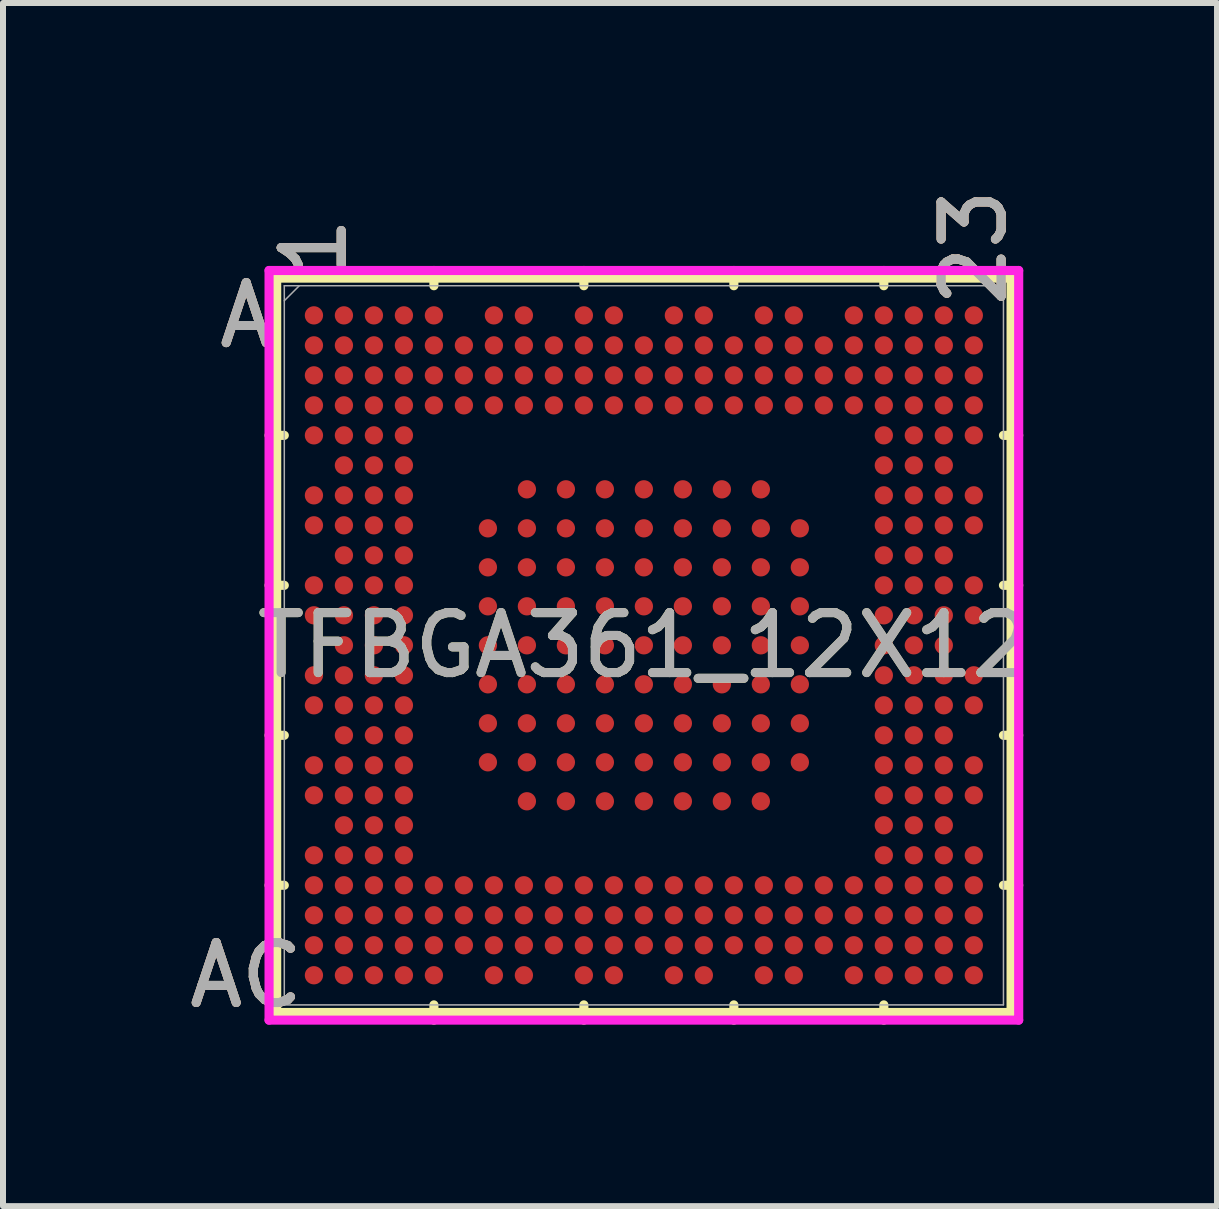
<source format=kicad_pcb>
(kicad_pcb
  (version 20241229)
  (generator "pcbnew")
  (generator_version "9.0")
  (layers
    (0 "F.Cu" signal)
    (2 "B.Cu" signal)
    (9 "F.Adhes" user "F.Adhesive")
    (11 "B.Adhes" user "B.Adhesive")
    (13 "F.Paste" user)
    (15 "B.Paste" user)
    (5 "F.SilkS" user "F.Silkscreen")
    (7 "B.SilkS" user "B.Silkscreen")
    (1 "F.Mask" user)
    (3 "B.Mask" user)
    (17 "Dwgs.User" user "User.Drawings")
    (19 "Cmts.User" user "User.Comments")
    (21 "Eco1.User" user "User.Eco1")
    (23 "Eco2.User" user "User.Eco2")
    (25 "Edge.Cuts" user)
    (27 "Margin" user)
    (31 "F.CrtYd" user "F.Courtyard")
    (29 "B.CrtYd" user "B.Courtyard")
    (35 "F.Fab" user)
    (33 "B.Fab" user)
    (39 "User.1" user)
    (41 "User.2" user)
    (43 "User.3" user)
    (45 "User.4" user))
  (footprint "TFBGA361_12X12"
    (layer "F.Cu")
    (at 7.683 7.707)
    (property "Reference" "TFBGA361_12X12" (at 0 0 0) (unlocked yes) (layer "F.SilkS") (effects (font (size 1 1) (thickness 0.15))))
    (attr smd)
    (fp_line (start -6.121 -6.121) (end -6.121 6.121) (stroke (width 0.152) (type solid)) (layer "F.SilkS"))
    (fp_line (start -6.121 6.121) (end 6.121 6.121) (stroke (width 0.152) (type solid)) (layer "F.SilkS"))
    (fp_line (start -5.994 -3.5) (end -6.248 -3.5) (stroke (width 0.152) (type solid)) (layer "F.SilkS"))
    (fp_line (start -5.994 -1) (end -6.248 -1) (stroke (width 0.152) (type solid)) (layer "F.SilkS"))
    (fp_line (start -5.994 1.5) (end -6.248 1.5) (stroke (width 0.152) (type solid)) (layer "F.SilkS"))
    (fp_line (start -5.994 4) (end -6.248 4) (stroke (width 0.152) (type solid)) (layer "F.SilkS"))
    (fp_line (start -3.5 -5.994) (end -3.5 -6.248) (stroke (width 0.152) (type solid)) (layer "F.SilkS"))
    (fp_line (start -3.5 5.994) (end -3.5 6.248) (stroke (width 0.152) (type solid)) (layer "F.SilkS"))
    (fp_line (start -1 -5.994) (end -1 -6.248) (stroke (width 0.152) (type solid)) (layer "F.SilkS"))
    (fp_line (start -1 5.994) (end -1 6.248) (stroke (width 0.152) (type solid)) (layer "F.SilkS"))
    (fp_line (start 1.5 -5.994) (end 1.5 -6.248) (stroke (width 0.152) (type solid)) (layer "F.SilkS"))
    (fp_line (start 1.5 5.994) (end 1.5 6.248) (stroke (width 0.152) (type solid)) (layer "F.SilkS"))
    (fp_line (start 4 -5.994) (end 4 -6.248) (stroke (width 0.152) (type solid)) (layer "F.SilkS"))
    (fp_line (start 4 5.994) (end 4 6.248) (stroke (width 0.152) (type solid)) (layer "F.SilkS"))
    (fp_line (start 5.994 -3.5) (end 6.248 -3.5) (stroke (width 0.152) (type solid)) (layer "F.SilkS"))
    (fp_line (start 5.994 -1) (end 6.248 -1) (stroke (width 0.152) (type solid)) (layer "F.SilkS"))
    (fp_line (start 5.994 1.5) (end 6.248 1.5) (stroke (width 0.152) (type solid)) (layer "F.SilkS"))
    (fp_line (start 5.994 4) (end 6.248 4) (stroke (width 0.152) (type solid)) (layer "F.SilkS"))
    (fp_line (start 6.121 -6.121) (end -6.121 -6.121) (stroke (width 0.152) (type solid)) (layer "F.SilkS"))
    (fp_line (start 6.121 6.121) (end 6.121 -6.121) (stroke (width 0.152) (type solid)) (layer "F.SilkS"))
    (fp_poly (pts (xy -6.194 -6.194) (xy 6.194 -6.194) (xy 6.194 6.194) (xy -6.194 6.194)) (stroke (width 0.1) (type solid)) (fill no) (layer "Eco2.User"))
    (fp_line (start -6.248 -6.248) (end 6.248 -6.248) (stroke (width 0.152) (type solid)) (layer "F.CrtYd"))
    (fp_line (start -6.248 6.248) (end -6.248 -6.248) (stroke (width 0.152) (type solid)) (layer "F.CrtYd"))
    (fp_line (start 6.248 -6.248) (end 6.248 6.248) (stroke (width 0.152) (type solid)) (layer "F.CrtYd"))
    (fp_line (start 6.248 6.248) (end -6.248 6.248) (stroke (width 0.152) (type solid)) (layer "F.CrtYd"))
    (fp_line (start -5.994 -5.994) (end -5.994 5.994) (stroke (width 0.025) (type solid)) (layer "F.Fab"))
    (fp_line (start -5.994 5.994) (end 5.994 5.994) (stroke (width 0.025) (type solid)) (layer "F.Fab"))
    (fp_line (start -5.744 -5.994) (end -5.994 -5.744) (stroke (width 0.025) (type solid)) (layer "F.Fab"))
    (fp_line (start 5.994 -5.994) (end -5.994 -5.994) (stroke (width 0.025) (type solid)) (layer "F.Fab"))
    (fp_line (start 5.994 5.994) (end 5.994 -5.994) (stroke (width 0.025) (type solid)) (layer "F.Fab"))
    (fp_text user "23" (at 5.5 -6.629 90) (unlocked yes) (layer "F.SilkS") (effects (font (size 1 1) (thickness 0.15))))
    (fp_text user "A" (at -6.629 -5.5 0) (unlocked yes) (layer "F.SilkS") (effects (font (size 1 1) (thickness 0.15))))
    (fp_text user "AC" (at -6.629 5.5 0) (unlocked yes) (layer "F.SilkS") (effects (font (size 1 1) (thickness 0.15))))
    (fp_text user "1" (at -5.5 -6.629 90) (unlocked yes) (layer "F.SilkS") (effects (font (size 1 1) (thickness 0.15))))
    (fp_text user "1" (at -5.5 -6.629 90) (unlocked yes) (layer "B.SilkS") (effects (font (size 1 1) (thickness 0.15))))
    (fp_text user "23" (at 5.5 -6.629 90) (unlocked yes) (layer "B.SilkS") (effects (font (size 1 1) (thickness 0.15))))
    (fp_text user "AC" (at -6.629 5.5 0) (unlocked yes) (layer "B.SilkS") (effects (font (size 1 1) (thickness 0.15))))
    (fp_text user "A" (at -6.629 -5.5 0) (unlocked yes) (layer "B.SilkS") (effects (font (size 1 1) (thickness 0.15))))
    (fp_text user "23" (at 5.5 -6.629 90) (unlocked yes) (layer "F.Fab") (effects (font (size 1 1) (thickness 0.15))))
    (fp_text user "1" (at -5.5 -6.629 90) (unlocked yes) (layer "F.Fab") (effects (font (size 1 1) (thickness 0.15))))
    (fp_text user "AC" (at -6.629 5.5 0) (unlocked yes) (layer "F.Fab") (effects (font (size 1 1) (thickness 0.15))))
    (fp_text user "${REFERENCE}" (at 0 0 0) (unlocked yes) (layer "F.Fab") (effects (font (size 1 1) (thickness 0.15))))
    (fp_text user "A" (at -6.629 -5.5 0) (unlocked yes) (layer "F.Fab") (effects (font (size 1 1) (thickness 0.15))))
    (pad "1A2" smd circle (at -1.95 -2.6) (size 0.305 0.305) (layers "F.Cu" "F.Mask" "F.Paste"))
    (pad "1A3" smd circle (at -1.3 -2.6) (size 0.305 0.305) (layers "F.Cu" "F.Mask" "F.Paste"))
    (pad "1A4" smd circle (at -0.65 -2.6) (size 0.305 0.305) (layers "F.Cu" "F.Mask" "F.Paste"))
    (pad "1A5" smd circle (at 0 -2.6) (size 0.305 0.305) (layers "F.Cu" "F.Mask" "F.Paste"))
    (pad "1A6" smd circle (at 0.65 -2.6) (size 0.305 0.305) (layers "F.Cu" "F.Mask" "F.Paste"))
    (pad "1A7" smd circle (at 1.3 -2.6) (size 0.305 0.305) (layers "F.Cu" "F.Mask" "F.Paste"))
    (pad "1A8" smd circle (at 1.95 -2.6) (size 0.305 0.305) (layers "F.Cu" "F.Mask" "F.Paste"))
    (pad "1B1" smd circle (at -2.6 -1.95) (size 0.305 0.305) (layers "F.Cu" "F.Mask" "F.Paste"))
    (pad "1B2" smd circle (at -1.95 -1.95) (size 0.305 0.305) (layers "F.Cu" "F.Mask" "F.Paste"))
    (pad "1B3" smd circle (at -1.3 -1.95) (size 0.305 0.305) (layers "F.Cu" "F.Mask" "F.Paste"))
    (pad "1B4" smd circle (at -0.65 -1.95) (size 0.305 0.305) (layers "F.Cu" "F.Mask" "F.Paste"))
    (pad "1B5" smd circle (at 0 -1.95) (size 0.305 0.305) (layers "F.Cu" "F.Mask" "F.Paste"))
    (pad "1B6" smd circle (at 0.65 -1.95) (size 0.305 0.305) (layers "F.Cu" "F.Mask" "F.Paste"))
    (pad "1B7" smd circle (at 1.3 -1.95) (size 0.305 0.305) (layers "F.Cu" "F.Mask" "F.Paste"))
    (pad "1B8" smd circle (at 1.95 -1.95) (size 0.305 0.305) (layers "F.Cu" "F.Mask" "F.Paste"))
    (pad "1B9" smd circle (at 2.6 -1.95) (size 0.305 0.305) (layers "F.Cu" "F.Mask" "F.Paste"))
    (pad "1C1" smd circle (at -2.6 -1.3) (size 0.305 0.305) (layers "F.Cu" "F.Mask" "F.Paste"))
    (pad "1C2" smd circle (at -1.95 -1.3) (size 0.305 0.305) (layers "F.Cu" "F.Mask" "F.Paste"))
    (pad "1C3" smd circle (at -1.3 -1.3) (size 0.305 0.305) (layers "F.Cu" "F.Mask" "F.Paste"))
    (pad "1C4" smd circle (at -0.65 -1.3) (size 0.305 0.305) (layers "F.Cu" "F.Mask" "F.Paste"))
    (pad "1C5" smd circle (at 0 -1.3) (size 0.305 0.305) (layers "F.Cu" "F.Mask" "F.Paste"))
    (pad "1C6" smd circle (at 0.65 -1.3) (size 0.305 0.305) (layers "F.Cu" "F.Mask" "F.Paste"))
    (pad "1C7" smd circle (at 1.3 -1.3) (size 0.305 0.305) (layers "F.Cu" "F.Mask" "F.Paste"))
    (pad "1C8" smd circle (at 1.95 -1.3) (size 0.305 0.305) (layers "F.Cu" "F.Mask" "F.Paste"))
    (pad "1C9" smd circle (at 2.6 -1.3) (size 0.305 0.305) (layers "F.Cu" "F.Mask" "F.Paste"))
    (pad "1D1" smd circle (at -2.6 -0.65) (size 0.305 0.305) (layers "F.Cu" "F.Mask" "F.Paste"))
    (pad "1D2" smd circle (at -1.95 -0.65) (size 0.305 0.305) (layers "F.Cu" "F.Mask" "F.Paste"))
    (pad "1D3" smd circle (at -1.3 -0.65) (size 0.305 0.305) (layers "F.Cu" "F.Mask" "F.Paste"))
    (pad "1D4" smd circle (at -0.65 -0.65) (size 0.305 0.305) (layers "F.Cu" "F.Mask" "F.Paste"))
    (pad "1D5" smd circle (at 0 -0.65) (size 0.305 0.305) (layers "F.Cu" "F.Mask" "F.Paste"))
    (pad "1D6" smd circle (at 0.65 -0.65) (size 0.305 0.305) (layers "F.Cu" "F.Mask" "F.Paste"))
    (pad "1D7" smd circle (at 1.3 -0.65) (size 0.305 0.305) (layers "F.Cu" "F.Mask" "F.Paste"))
    (pad "1D8" smd circle (at 1.95 -0.65) (size 0.305 0.305) (layers "F.Cu" "F.Mask" "F.Paste"))
    (pad "1D9" smd circle (at 2.6 -0.65) (size 0.305 0.305) (layers "F.Cu" "F.Mask" "F.Paste"))
    (pad "1E1" smd circle (at -2.6 0) (size 0.305 0.305) (layers "F.Cu" "F.Mask" "F.Paste"))
    (pad "1E2" smd circle (at -1.95 0) (size 0.305 0.305) (layers "F.Cu" "F.Mask" "F.Paste"))
    (pad "1E3" smd circle (at -1.3 0) (size 0.305 0.305) (layers "F.Cu" "F.Mask" "F.Paste"))
    (pad "1E4" smd circle (at -0.65 0) (size 0.305 0.305) (layers "F.Cu" "F.Mask" "F.Paste"))
    (pad "1E5" smd circle (at 0 0) (size 0.305 0.305) (layers "F.Cu" "F.Mask" "F.Paste"))
    (pad "1E6" smd circle (at 0.65 0) (size 0.305 0.305) (layers "F.Cu" "F.Mask" "F.Paste"))
    (pad "1E7" smd circle (at 1.3 0) (size 0.305 0.305) (layers "F.Cu" "F.Mask" "F.Paste"))
    (pad "1E8" smd circle (at 1.95 0) (size 0.305 0.305) (layers "F.Cu" "F.Mask" "F.Paste"))
    (pad "1E9" smd circle (at 2.6 0) (size 0.305 0.305) (layers "F.Cu" "F.Mask" "F.Paste"))
    (pad "1F1" smd circle (at -2.6 0.65) (size 0.305 0.305) (layers "F.Cu" "F.Mask" "F.Paste"))
    (pad "1F2" smd circle (at -1.95 0.65) (size 0.305 0.305) (layers "F.Cu" "F.Mask" "F.Paste"))
    (pad "1F3" smd circle (at -1.3 0.65) (size 0.305 0.305) (layers "F.Cu" "F.Mask" "F.Paste"))
    (pad "1F4" smd circle (at -0.65 0.65) (size 0.305 0.305) (layers "F.Cu" "F.Mask" "F.Paste"))
    (pad "1F5" smd circle (at 0 0.65) (size 0.305 0.305) (layers "F.Cu" "F.Mask" "F.Paste"))
    (pad "1F6" smd circle (at 0.65 0.65) (size 0.305 0.305) (layers "F.Cu" "F.Mask" "F.Paste"))
    (pad "1F7" smd circle (at 1.3 0.65) (size 0.305 0.305) (layers "F.Cu" "F.Mask" "F.Paste"))
    (pad "1F8" smd circle (at 1.95 0.65) (size 0.305 0.305) (layers "F.Cu" "F.Mask" "F.Paste"))
    (pad "1F9" smd circle (at 2.6 0.65) (size 0.305 0.305) (layers "F.Cu" "F.Mask" "F.Paste"))
    (pad "1G1" smd circle (at -2.6 1.3) (size 0.305 0.305) (layers "F.Cu" "F.Mask" "F.Paste"))
    (pad "1G2" smd circle (at -1.95 1.3) (size 0.305 0.305) (layers "F.Cu" "F.Mask" "F.Paste"))
    (pad "1G3" smd circle (at -1.3 1.3) (size 0.305 0.305) (layers "F.Cu" "F.Mask" "F.Paste"))
    (pad "1G4" smd circle (at -0.65 1.3) (size 0.305 0.305) (layers "F.Cu" "F.Mask" "F.Paste"))
    (pad "1G5" smd circle (at 0 1.3) (size 0.305 0.305) (layers "F.Cu" "F.Mask" "F.Paste"))
    (pad "1G6" smd circle (at 0.65 1.3) (size 0.305 0.305) (layers "F.Cu" "F.Mask" "F.Paste"))
    (pad "1G7" smd circle (at 1.3 1.3) (size 0.305 0.305) (layers "F.Cu" "F.Mask" "F.Paste"))
    (pad "1G8" smd circle (at 1.95 1.3) (size 0.305 0.305) (layers "F.Cu" "F.Mask" "F.Paste"))
    (pad "1G9" smd circle (at 2.6 1.3) (size 0.305 0.305) (layers "F.Cu" "F.Mask" "F.Paste"))
    (pad "1H1" smd circle (at -2.6 1.95) (size 0.305 0.305) (layers "F.Cu" "F.Mask" "F.Paste"))
    (pad "1H2" smd circle (at -1.95 1.95) (size 0.305 0.305) (layers "F.Cu" "F.Mask" "F.Paste"))
    (pad "1H3" smd circle (at -1.3 1.95) (size 0.305 0.305) (layers "F.Cu" "F.Mask" "F.Paste"))
    (pad "1H4" smd circle (at -0.65 1.95) (size 0.305 0.305) (layers "F.Cu" "F.Mask" "F.Paste"))
    (pad "1H5" smd circle (at 0 1.95) (size 0.305 0.305) (layers "F.Cu" "F.Mask" "F.Paste"))
    (pad "1H6" smd circle (at 0.65 1.95) (size 0.305 0.305) (layers "F.Cu" "F.Mask" "F.Paste"))
    (pad "1H7" smd circle (at 1.3 1.95) (size 0.305 0.305) (layers "F.Cu" "F.Mask" "F.Paste"))
    (pad "1H8" smd circle (at 1.95 1.95) (size 0.305 0.305) (layers "F.Cu" "F.Mask" "F.Paste"))
    (pad "1H9" smd circle (at 2.6 1.95) (size 0.305 0.305) (layers "F.Cu" "F.Mask" "F.Paste"))
    (pad "1J2" smd circle (at -1.95 2.6) (size 0.305 0.305) (layers "F.Cu" "F.Mask" "F.Paste"))
    (pad "1J3" smd circle (at -1.3 2.6) (size 0.305 0.305) (layers "F.Cu" "F.Mask" "F.Paste"))
    (pad "1J4" smd circle (at -0.65 2.6) (size 0.305 0.305) (layers "F.Cu" "F.Mask" "F.Paste"))
    (pad "1J5" smd circle (at 0 2.6) (size 0.305 0.305) (layers "F.Cu" "F.Mask" "F.Paste"))
    (pad "1J6" smd circle (at 0.65 2.6) (size 0.305 0.305) (layers "F.Cu" "F.Mask" "F.Paste"))
    (pad "1J7" smd circle (at 1.3 2.6) (size 0.305 0.305) (layers "F.Cu" "F.Mask" "F.Paste"))
    (pad "1J8" smd circle (at 1.95 2.6) (size 0.305 0.305) (layers "F.Cu" "F.Mask" "F.Paste"))
    (pad "A1" smd circle (at -5.5 -5.5) (size 0.305 0.305) (layers "F.Cu" "F.Mask" "F.Paste"))
    (pad "A2" smd circle (at -5 -5.5) (size 0.305 0.305) (layers "F.Cu" "F.Mask" "F.Paste"))
    (pad "A3" smd circle (at -4.5 -5.5) (size 0.305 0.305) (layers "F.Cu" "F.Mask" "F.Paste"))
    (pad "A4" smd circle (at -4 -5.5) (size 0.305 0.305) (layers "F.Cu" "F.Mask" "F.Paste"))
    (pad "A5" smd circle (at -3.5 -5.5) (size 0.305 0.305) (layers "F.Cu" "F.Mask" "F.Paste"))
    (pad "A7" smd circle (at -2.5 -5.5) (size 0.305 0.305) (layers "F.Cu" "F.Mask" "F.Paste"))
    (pad "A8" smd circle (at -2 -5.5) (size 0.305 0.305) (layers "F.Cu" "F.Mask" "F.Paste"))
    (pad "A10" smd circle (at -1 -5.5) (size 0.305 0.305) (layers "F.Cu" "F.Mask" "F.Paste"))
    (pad "A11" smd circle (at -0.5 -5.5) (size 0.305 0.305) (layers "F.Cu" "F.Mask" "F.Paste"))
    (pad "A13" smd circle (at 0.5 -5.5) (size 0.305 0.305) (layers "F.Cu" "F.Mask" "F.Paste"))
    (pad "A14" smd circle (at 1 -5.5) (size 0.305 0.305) (layers "F.Cu" "F.Mask" "F.Paste"))
    (pad "A16" smd circle (at 2 -5.5) (size 0.305 0.305) (layers "F.Cu" "F.Mask" "F.Paste"))
    (pad "A17" smd circle (at 2.5 -5.5) (size 0.305 0.305) (layers "F.Cu" "F.Mask" "F.Paste"))
    (pad "A19" smd circle (at 3.5 -5.5) (size 0.305 0.305) (layers "F.Cu" "F.Mask" "F.Paste"))
    (pad "A20" smd circle (at 4 -5.5) (size 0.305 0.305) (layers "F.Cu" "F.Mask" "F.Paste"))
    (pad "A21" smd circle (at 4.5 -5.5) (size 0.305 0.305) (layers "F.Cu" "F.Mask" "F.Paste"))
    (pad "A22" smd circle (at 5 -5.5) (size 0.305 0.305) (layers "F.Cu" "F.Mask" "F.Paste"))
    (pad "A23" smd circle (at 5.5 -5.5) (size 0.305 0.305) (layers "F.Cu" "F.Mask" "F.Paste"))
    (pad "AA1" smd circle (at -5.5 4.5) (size 0.305 0.305) (layers "F.Cu" "F.Mask" "F.Paste"))
    (pad "AA2" smd circle (at -5 4.5) (size 0.305 0.305) (layers "F.Cu" "F.Mask" "F.Paste"))
    (pad "AA3" smd circle (at -4.5 4.5) (size 0.305 0.305) (layers "F.Cu" "F.Mask" "F.Paste"))
    (pad "AA4" smd circle (at -4 4.5) (size 0.305 0.305) (layers "F.Cu" "F.Mask" "F.Paste"))
    (pad "AA5" smd circle (at -3.5 4.5) (size 0.305 0.305) (layers "F.Cu" "F.Mask" "F.Paste"))
    (pad "AA6" smd circle (at -3 4.5) (size 0.305 0.305) (layers "F.Cu" "F.Mask" "F.Paste"))
    (pad "AA7" smd circle (at -2.5 4.5) (size 0.305 0.305) (layers "F.Cu" "F.Mask" "F.Paste"))
    (pad "AA8" smd circle (at -2 4.5) (size 0.305 0.305) (layers "F.Cu" "F.Mask" "F.Paste"))
    (pad "AA9" smd circle (at -1.5 4.5) (size 0.305 0.305) (layers "F.Cu" "F.Mask" "F.Paste"))
    (pad "AA10" smd circle (at -1 4.5) (size 0.305 0.305) (layers "F.Cu" "F.Mask" "F.Paste"))
    (pad "AA11" smd circle (at -0.5 4.5) (size 0.305 0.305) (layers "F.Cu" "F.Mask" "F.Paste"))
    (pad "AA12" smd circle (at 0 4.5) (size 0.305 0.305) (layers "F.Cu" "F.Mask" "F.Paste"))
    (pad "AA13" smd circle (at 0.5 4.5) (size 0.305 0.305) (layers "F.Cu" "F.Mask" "F.Paste"))
    (pad "AA14" smd circle (at 1 4.5) (size 0.305 0.305) (layers "F.Cu" "F.Mask" "F.Paste"))
    (pad "AA15" smd circle (at 1.5 4.5) (size 0.305 0.305) (layers "F.Cu" "F.Mask" "F.Paste"))
    (pad "AA16" smd circle (at 2 4.5) (size 0.305 0.305) (layers "F.Cu" "F.Mask" "F.Paste"))
    (pad "AA17" smd circle (at 2.5 4.5) (size 0.305 0.305) (layers "F.Cu" "F.Mask" "F.Paste"))
    (pad "AA18" smd circle (at 3 4.5) (size 0.305 0.305) (layers "F.Cu" "F.Mask" "F.Paste"))
    (pad "AA19" smd circle (at 3.5 4.5) (size 0.305 0.305) (layers "F.Cu" "F.Mask" "F.Paste"))
    (pad "AA20" smd circle (at 4 4.5) (size 0.305 0.305) (layers "F.Cu" "F.Mask" "F.Paste"))
    (pad "AA21" smd circle (at 4.5 4.5) (size 0.305 0.305) (layers "F.Cu" "F.Mask" "F.Paste"))
    (pad "AA22" smd circle (at 5 4.5) (size 0.305 0.305) (layers "F.Cu" "F.Mask" "F.Paste"))
    (pad "AA23" smd circle (at 5.5 4.5) (size 0.305 0.305) (layers "F.Cu" "F.Mask" "F.Paste"))
    (pad "AB1" smd circle (at -5.5 5) (size 0.305 0.305) (layers "F.Cu" "F.Mask" "F.Paste"))
    (pad "AB2" smd circle (at -5 5) (size 0.305 0.305) (layers "F.Cu" "F.Mask" "F.Paste"))
    (pad "AB3" smd circle (at -4.5 5) (size 0.305 0.305) (layers "F.Cu" "F.Mask" "F.Paste"))
    (pad "AB4" smd circle (at -4 5) (size 0.305 0.305) (layers "F.Cu" "F.Mask" "F.Paste"))
    (pad "AB5" smd circle (at -3.5 5) (size 0.305 0.305) (layers "F.Cu" "F.Mask" "F.Paste"))
    (pad "AB6" smd circle (at -3 5) (size 0.305 0.305) (layers "F.Cu" "F.Mask" "F.Paste"))
    (pad "AB7" smd circle (at -2.5 5) (size 0.305 0.305) (layers "F.Cu" "F.Mask" "F.Paste"))
    (pad "AB8" smd circle (at -2 5) (size 0.305 0.305) (layers "F.Cu" "F.Mask" "F.Paste"))
    (pad "AB9" smd circle (at -1.5 5) (size 0.305 0.305) (layers "F.Cu" "F.Mask" "F.Paste"))
    (pad "AB10" smd circle (at -1 5) (size 0.305 0.305) (layers "F.Cu" "F.Mask" "F.Paste"))
    (pad "AB11" smd circle (at -0.5 5) (size 0.305 0.305) (layers "F.Cu" "F.Mask" "F.Paste"))
    (pad "AB12" smd circle (at 0 5) (size 0.305 0.305) (layers "F.Cu" "F.Mask" "F.Paste"))
    (pad "AB13" smd circle (at 0.5 5) (size 0.305 0.305) (layers "F.Cu" "F.Mask" "F.Paste"))
    (pad "AB14" smd circle (at 1 5) (size 0.305 0.305) (layers "F.Cu" "F.Mask" "F.Paste"))
    (pad "AB15" smd circle (at 1.5 5) (size 0.305 0.305) (layers "F.Cu" "F.Mask" "F.Paste"))
    (pad "AB16" smd circle (at 2 5) (size 0.305 0.305) (layers "F.Cu" "F.Mask" "F.Paste"))
    (pad "AB17" smd circle (at 2.5 5) (size 0.305 0.305) (layers "F.Cu" "F.Mask" "F.Paste"))
    (pad "AB18" smd circle (at 3 5) (size 0.305 0.305) (layers "F.Cu" "F.Mask" "F.Paste"))
    (pad "AB19" smd circle (at 3.5 5) (size 0.305 0.305) (layers "F.Cu" "F.Mask" "F.Paste"))
    (pad "AB20" smd circle (at 4 5) (size 0.305 0.305) (layers "F.Cu" "F.Mask" "F.Paste"))
    (pad "AB21" smd circle (at 4.5 5) (size 0.305 0.305) (layers "F.Cu" "F.Mask" "F.Paste"))
    (pad "AB22" smd circle (at 5 5) (size 0.305 0.305) (layers "F.Cu" "F.Mask" "F.Paste"))
    (pad "AB23" smd circle (at 5.5 5) (size 0.305 0.305) (layers "F.Cu" "F.Mask" "F.Paste"))
    (pad "AC1" smd circle (at -5.5 5.5) (size 0.305 0.305) (layers "F.Cu" "F.Mask" "F.Paste"))
    (pad "AC2" smd circle (at -5 5.5) (size 0.305 0.305) (layers "F.Cu" "F.Mask" "F.Paste"))
    (pad "AC3" smd circle (at -4.5 5.5) (size 0.305 0.305) (layers "F.Cu" "F.Mask" "F.Paste"))
    (pad "AC4" smd circle (at -4 5.5) (size 0.305 0.305) (layers "F.Cu" "F.Mask" "F.Paste"))
    (pad "AC5" smd circle (at -3.5 5.5) (size 0.305 0.305) (layers "F.Cu" "F.Mask" "F.Paste"))
    (pad "AC7" smd circle (at -2.5 5.5) (size 0.305 0.305) (layers "F.Cu" "F.Mask" "F.Paste"))
    (pad "AC8" smd circle (at -2 5.5) (size 0.305 0.305) (layers "F.Cu" "F.Mask" "F.Paste"))
    (pad "AC10" smd circle (at -1 5.5) (size 0.305 0.305) (layers "F.Cu" "F.Mask" "F.Paste"))
    (pad "AC11" smd circle (at -0.5 5.5) (size 0.305 0.305) (layers "F.Cu" "F.Mask" "F.Paste"))
    (pad "AC13" smd circle (at 0.5 5.5) (size 0.305 0.305) (layers "F.Cu" "F.Mask" "F.Paste"))
    (pad "AC14" smd circle (at 1 5.5) (size 0.305 0.305) (layers "F.Cu" "F.Mask" "F.Paste"))
    (pad "AC16" smd circle (at 2 5.5) (size 0.305 0.305) (layers "F.Cu" "F.Mask" "F.Paste"))
    (pad "AC17" smd circle (at 2.5 5.5) (size 0.305 0.305) (layers "F.Cu" "F.Mask" "F.Paste"))
    (pad "AC19" smd circle (at 3.5 5.5) (size 0.305 0.305) (layers "F.Cu" "F.Mask" "F.Paste"))
    (pad "AC20" smd circle (at 4 5.5) (size 0.305 0.305) (layers "F.Cu" "F.Mask" "F.Paste"))
    (pad "AC21" smd circle (at 4.5 5.5) (size 0.305 0.305) (layers "F.Cu" "F.Mask" "F.Paste"))
    (pad "AC22" smd circle (at 5 5.5) (size 0.305 0.305) (layers "F.Cu" "F.Mask" "F.Paste"))
    (pad "AC23" smd circle (at 5.5 5.5) (size 0.305 0.305) (layers "F.Cu" "F.Mask" "F.Paste"))
    (pad "B1" smd circle (at -5.5 -5) (size 0.305 0.305) (layers "F.Cu" "F.Mask" "F.Paste"))
    (pad "B2" smd circle (at -5 -5) (size 0.305 0.305) (layers "F.Cu" "F.Mask" "F.Paste"))
    (pad "B3" smd circle (at -4.5 -5) (size 0.305 0.305) (layers "F.Cu" "F.Mask" "F.Paste"))
    (pad "B4" smd circle (at -4 -5) (size 0.305 0.305) (layers "F.Cu" "F.Mask" "F.Paste"))
    (pad "B5" smd circle (at -3.5 -5) (size 0.305 0.305) (layers "F.Cu" "F.Mask" "F.Paste"))
    (pad "B6" smd circle (at -3 -5) (size 0.305 0.305) (layers "F.Cu" "F.Mask" "F.Paste"))
    (pad "B7" smd circle (at -2.5 -5) (size 0.305 0.305) (layers "F.Cu" "F.Mask" "F.Paste"))
    (pad "B8" smd circle (at -2 -5) (size 0.305 0.305) (layers "F.Cu" "F.Mask" "F.Paste"))
    (pad "B9" smd circle (at -1.5 -5) (size 0.305 0.305) (layers "F.Cu" "F.Mask" "F.Paste"))
    (pad "B10" smd circle (at -1 -5) (size 0.305 0.305) (layers "F.Cu" "F.Mask" "F.Paste"))
    (pad "B11" smd circle (at -0.5 -5) (size 0.305 0.305) (layers "F.Cu" "F.Mask" "F.Paste"))
    (pad "B12" smd circle (at 0 -5) (size 0.305 0.305) (layers "F.Cu" "F.Mask" "F.Paste"))
    (pad "B13" smd circle (at 0.5 -5) (size 0.305 0.305) (layers "F.Cu" "F.Mask" "F.Paste"))
    (pad "B14" smd circle (at 1 -5) (size 0.305 0.305) (layers "F.Cu" "F.Mask" "F.Paste"))
    (pad "B15" smd circle (at 1.5 -5) (size 0.305 0.305) (layers "F.Cu" "F.Mask" "F.Paste"))
    (pad "B16" smd circle (at 2 -5) (size 0.305 0.305) (layers "F.Cu" "F.Mask" "F.Paste"))
    (pad "B17" smd circle (at 2.5 -5) (size 0.305 0.305) (layers "F.Cu" "F.Mask" "F.Paste"))
    (pad "B18" smd circle (at 3 -5) (size 0.305 0.305) (layers "F.Cu" "F.Mask" "F.Paste"))
    (pad "B19" smd circle (at 3.5 -5) (size 0.305 0.305) (layers "F.Cu" "F.Mask" "F.Paste"))
    (pad "B20" smd circle (at 4 -5) (size 0.305 0.305) (layers "F.Cu" "F.Mask" "F.Paste"))
    (pad "B21" smd circle (at 4.5 -5) (size 0.305 0.305) (layers "F.Cu" "F.Mask" "F.Paste"))
    (pad "B22" smd circle (at 5 -5) (size 0.305 0.305) (layers "F.Cu" "F.Mask" "F.Paste"))
    (pad "B23" smd circle (at 5.5 -5) (size 0.305 0.305) (layers "F.Cu" "F.Mask" "F.Paste"))
    (pad "C1" smd circle (at -5.5 -4.5) (size 0.305 0.305) (layers "F.Cu" "F.Mask" "F.Paste"))
    (pad "C2" smd circle (at -5 -4.5) (size 0.305 0.305) (layers "F.Cu" "F.Mask" "F.Paste"))
    (pad "C3" smd circle (at -4.5 -4.5) (size 0.305 0.305) (layers "F.Cu" "F.Mask" "F.Paste"))
    (pad "C4" smd circle (at -4 -4.5) (size 0.305 0.305) (layers "F.Cu" "F.Mask" "F.Paste"))
    (pad "C5" smd circle (at -3.5 -4.5) (size 0.305 0.305) (layers "F.Cu" "F.Mask" "F.Paste"))
    (pad "C6" smd circle (at -3 -4.5) (size 0.305 0.305) (layers "F.Cu" "F.Mask" "F.Paste"))
    (pad "C7" smd circle (at -2.5 -4.5) (size 0.305 0.305) (layers "F.Cu" "F.Mask" "F.Paste"))
    (pad "C8" smd circle (at -2 -4.5) (size 0.305 0.305) (layers "F.Cu" "F.Mask" "F.Paste"))
    (pad "C9" smd circle (at -1.5 -4.5) (size 0.305 0.305) (layers "F.Cu" "F.Mask" "F.Paste"))
    (pad "C10" smd circle (at -1 -4.5) (size 0.305 0.305) (layers "F.Cu" "F.Mask" "F.Paste"))
    (pad "C11" smd circle (at -0.5 -4.5) (size 0.305 0.305) (layers "F.Cu" "F.Mask" "F.Paste"))
    (pad "C12" smd circle (at 0 -4.5) (size 0.305 0.305) (layers "F.Cu" "F.Mask" "F.Paste"))
    (pad "C13" smd circle (at 0.5 -4.5) (size 0.305 0.305) (layers "F.Cu" "F.Mask" "F.Paste"))
    (pad "C14" smd circle (at 1 -4.5) (size 0.305 0.305) (layers "F.Cu" "F.Mask" "F.Paste"))
    (pad "C15" smd circle (at 1.5 -4.5) (size 0.305 0.305) (layers "F.Cu" "F.Mask" "F.Paste"))
    (pad "C16" smd circle (at 2 -4.5) (size 0.305 0.305) (layers "F.Cu" "F.Mask" "F.Paste"))
    (pad "C17" smd circle (at 2.5 -4.5) (size 0.305 0.305) (layers "F.Cu" "F.Mask" "F.Paste"))
    (pad "C18" smd circle (at 3 -4.5) (size 0.305 0.305) (layers "F.Cu" "F.Mask" "F.Paste"))
    (pad "C19" smd circle (at 3.5 -4.5) (size 0.305 0.305) (layers "F.Cu" "F.Mask" "F.Paste"))
    (pad "C20" smd circle (at 4 -4.5) (size 0.305 0.305) (layers "F.Cu" "F.Mask" "F.Paste"))
    (pad "C21" smd circle (at 4.5 -4.5) (size 0.305 0.305) (layers "F.Cu" "F.Mask" "F.Paste"))
    (pad "C22" smd circle (at 5 -4.5) (size 0.305 0.305) (layers "F.Cu" "F.Mask" "F.Paste"))
    (pad "C23" smd circle (at 5.5 -4.5) (size 0.305 0.305) (layers "F.Cu" "F.Mask" "F.Paste"))
    (pad "D1" smd circle (at -5.5 -4) (size 0.305 0.305) (layers "F.Cu" "F.Mask" "F.Paste"))
    (pad "D2" smd circle (at -5 -4) (size 0.305 0.305) (layers "F.Cu" "F.Mask" "F.Paste"))
    (pad "D3" smd circle (at -4.5 -4) (size 0.305 0.305) (layers "F.Cu" "F.Mask" "F.Paste"))
    (pad "D4" smd circle (at -4 -4) (size 0.305 0.305) (layers "F.Cu" "F.Mask" "F.Paste"))
    (pad "D5" smd circle (at -3.5 -4) (size 0.305 0.305) (layers "F.Cu" "F.Mask" "F.Paste"))
    (pad "D6" smd circle (at -3 -4) (size 0.305 0.305) (layers "F.Cu" "F.Mask" "F.Paste"))
    (pad "D7" smd circle (at -2.5 -4) (size 0.305 0.305) (layers "F.Cu" "F.Mask" "F.Paste"))
    (pad "D8" smd circle (at -2 -4) (size 0.305 0.305) (layers "F.Cu" "F.Mask" "F.Paste"))
    (pad "D9" smd circle (at -1.5 -4) (size 0.305 0.305) (layers "F.Cu" "F.Mask" "F.Paste"))
    (pad "D10" smd circle (at -1 -4) (size 0.305 0.305) (layers "F.Cu" "F.Mask" "F.Paste"))
    (pad "D11" smd circle (at -0.5 -4) (size 0.305 0.305) (layers "F.Cu" "F.Mask" "F.Paste"))
    (pad "D12" smd circle (at 0 -4) (size 0.305 0.305) (layers "F.Cu" "F.Mask" "F.Paste"))
    (pad "D13" smd circle (at 0.5 -4) (size 0.305 0.305) (layers "F.Cu" "F.Mask" "F.Paste"))
    (pad "D14" smd circle (at 1 -4) (size 0.305 0.305) (layers "F.Cu" "F.Mask" "F.Paste"))
    (pad "D15" smd circle (at 1.5 -4) (size 0.305 0.305) (layers "F.Cu" "F.Mask" "F.Paste"))
    (pad "D16" smd circle (at 2 -4) (size 0.305 0.305) (layers "F.Cu" "F.Mask" "F.Paste"))
    (pad "D17" smd circle (at 2.5 -4) (size 0.305 0.305) (layers "F.Cu" "F.Mask" "F.Paste"))
    (pad "D18" smd circle (at 3 -4) (size 0.305 0.305) (layers "F.Cu" "F.Mask" "F.Paste"))
    (pad "D19" smd circle (at 3.5 -4) (size 0.305 0.305) (layers "F.Cu" "F.Mask" "F.Paste"))
    (pad "D20" smd circle (at 4 -4) (size 0.305 0.305) (layers "F.Cu" "F.Mask" "F.Paste"))
    (pad "D21" smd circle (at 4.5 -4) (size 0.305 0.305) (layers "F.Cu" "F.Mask" "F.Paste"))
    (pad "D22" smd circle (at 5 -4) (size 0.305 0.305) (layers "F.Cu" "F.Mask" "F.Paste"))
    (pad "D23" smd circle (at 5.5 -4) (size 0.305 0.305) (layers "F.Cu" "F.Mask" "F.Paste"))
    (pad "E1" smd circle (at -5.5 -3.5) (size 0.305 0.305) (layers "F.Cu" "F.Mask" "F.Paste"))
    (pad "E2" smd circle (at -5 -3.5) (size 0.305 0.305) (layers "F.Cu" "F.Mask" "F.Paste"))
    (pad "E3" smd circle (at -4.5 -3.5) (size 0.305 0.305) (layers "F.Cu" "F.Mask" "F.Paste"))
    (pad "E4" smd circle (at -4 -3.5) (size 0.305 0.305) (layers "F.Cu" "F.Mask" "F.Paste"))
    (pad "E20" smd circle (at 4 -3.5) (size 0.305 0.305) (layers "F.Cu" "F.Mask" "F.Paste"))
    (pad "E21" smd circle (at 4.5 -3.5) (size 0.305 0.305) (layers "F.Cu" "F.Mask" "F.Paste"))
    (pad "E22" smd circle (at 5 -3.5) (size 0.305 0.305) (layers "F.Cu" "F.Mask" "F.Paste"))
    (pad "E23" smd circle (at 5.5 -3.5) (size 0.305 0.305) (layers "F.Cu" "F.Mask" "F.Paste"))
    (pad "F2" smd circle (at -5 -3) (size 0.305 0.305) (layers "F.Cu" "F.Mask" "F.Paste"))
    (pad "F3" smd circle (at -4.5 -3) (size 0.305 0.305) (layers "F.Cu" "F.Mask" "F.Paste"))
    (pad "F4" smd circle (at -4 -3) (size 0.305 0.305) (layers "F.Cu" "F.Mask" "F.Paste"))
    (pad "F20" smd circle (at 4 -3) (size 0.305 0.305) (layers "F.Cu" "F.Mask" "F.Paste"))
    (pad "F21" smd circle (at 4.5 -3) (size 0.305 0.305) (layers "F.Cu" "F.Mask" "F.Paste"))
    (pad "F22" smd circle (at 5 -3) (size 0.305 0.305) (layers "F.Cu" "F.Mask" "F.Paste"))
    (pad "G1" smd circle (at -5.5 -2.5) (size 0.305 0.305) (layers "F.Cu" "F.Mask" "F.Paste"))
    (pad "G2" smd circle (at -5 -2.5) (size 0.305 0.305) (layers "F.Cu" "F.Mask" "F.Paste"))
    (pad "G3" smd circle (at -4.5 -2.5) (size 0.305 0.305) (layers "F.Cu" "F.Mask" "F.Paste"))
    (pad "G4" smd circle (at -4 -2.5) (size 0.305 0.305) (layers "F.Cu" "F.Mask" "F.Paste"))
    (pad "G20" smd circle (at 4 -2.5) (size 0.305 0.305) (layers "F.Cu" "F.Mask" "F.Paste"))
    (pad "G21" smd circle (at 4.5 -2.5) (size 0.305 0.305) (layers "F.Cu" "F.Mask" "F.Paste"))
    (pad "G22" smd circle (at 5 -2.5) (size 0.305 0.305) (layers "F.Cu" "F.Mask" "F.Paste"))
    (pad "G23" smd circle (at 5.5 -2.5) (size 0.305 0.305) (layers "F.Cu" "F.Mask" "F.Paste"))
    (pad "H1" smd circle (at -5.5 -2) (size 0.305 0.305) (layers "F.Cu" "F.Mask" "F.Paste"))
    (pad "H2" smd circle (at -5 -2) (size 0.305 0.305) (layers "F.Cu" "F.Mask" "F.Paste"))
    (pad "H3" smd circle (at -4.5 -2) (size 0.305 0.305) (layers "F.Cu" "F.Mask" "F.Paste"))
    (pad "H4" smd circle (at -4 -2) (size 0.305 0.305) (layers "F.Cu" "F.Mask" "F.Paste"))
    (pad "H20" smd circle (at 4 -2) (size 0.305 0.305) (layers "F.Cu" "F.Mask" "F.Paste"))
    (pad "H21" smd circle (at 4.5 -2) (size 0.305 0.305) (layers "F.Cu" "F.Mask" "F.Paste"))
    (pad "H22" smd circle (at 5 -2) (size 0.305 0.305) (layers "F.Cu" "F.Mask" "F.Paste"))
    (pad "H23" smd circle (at 5.5 -2) (size 0.305 0.305) (layers "F.Cu" "F.Mask" "F.Paste"))
    (pad "J2" smd circle (at -5 -1.5) (size 0.305 0.305) (layers "F.Cu" "F.Mask" "F.Paste"))
    (pad "J3" smd circle (at -4.5 -1.5) (size 0.305 0.305) (layers "F.Cu" "F.Mask" "F.Paste"))
    (pad "J4" smd circle (at -4 -1.5) (size 0.305 0.305) (layers "F.Cu" "F.Mask" "F.Paste"))
    (pad "J20" smd circle (at 4 -1.5) (size 0.305 0.305) (layers "F.Cu" "F.Mask" "F.Paste"))
    (pad "J21" smd circle (at 4.5 -1.5) (size 0.305 0.305) (layers "F.Cu" "F.Mask" "F.Paste"))
    (pad "J22" smd circle (at 5 -1.5) (size 0.305 0.305) (layers "F.Cu" "F.Mask" "F.Paste"))
    (pad "K1" smd circle (at -5.5 -1) (size 0.305 0.305) (layers "F.Cu" "F.Mask" "F.Paste"))
    (pad "K2" smd circle (at -5 -1) (size 0.305 0.305) (layers "F.Cu" "F.Mask" "F.Paste"))
    (pad "K3" smd circle (at -4.5 -1) (size 0.305 0.305) (layers "F.Cu" "F.Mask" "F.Paste"))
    (pad "K4" smd circle (at -4 -1) (size 0.305 0.305) (layers "F.Cu" "F.Mask" "F.Paste"))
    (pad "K20" smd circle (at 4 -1) (size 0.305 0.305) (layers "F.Cu" "F.Mask" "F.Paste"))
    (pad "K21" smd circle (at 4.5 -1) (size 0.305 0.305) (layers "F.Cu" "F.Mask" "F.Paste"))
    (pad "K22" smd circle (at 5 -1) (size 0.305 0.305) (layers "F.Cu" "F.Mask" "F.Paste"))
    (pad "K23" smd circle (at 5.5 -1) (size 0.305 0.305) (layers "F.Cu" "F.Mask" "F.Paste"))
    (pad "L1" smd circle (at -5.5 -0.5) (size 0.305 0.305) (layers "F.Cu" "F.Mask" "F.Paste"))
    (pad "L2" smd circle (at -5 -0.5) (size 0.305 0.305) (layers "F.Cu" "F.Mask" "F.Paste"))
    (pad "L3" smd circle (at -4.5 -0.5) (size 0.305 0.305) (layers "F.Cu" "F.Mask" "F.Paste"))
    (pad "L4" smd circle (at -4 -0.5) (size 0.305 0.305) (layers "F.Cu" "F.Mask" "F.Paste"))
    (pad "L20" smd circle (at 4 -0.5) (size 0.305 0.305) (layers "F.Cu" "F.Mask" "F.Paste"))
    (pad "L21" smd circle (at 4.5 -0.5) (size 0.305 0.305) (layers "F.Cu" "F.Mask" "F.Paste"))
    (pad "L22" smd circle (at 5 -0.5) (size 0.305 0.305) (layers "F.Cu" "F.Mask" "F.Paste"))
    (pad "L23" smd circle (at 5.5 -0.5) (size 0.305 0.305) (layers "F.Cu" "F.Mask" "F.Paste"))
    (pad "M2" smd circle (at -5 0) (size 0.305 0.305) (layers "F.Cu" "F.Mask" "F.Paste"))
    (pad "M3" smd circle (at -4.5 0) (size 0.305 0.305) (layers "F.Cu" "F.Mask" "F.Paste"))
    (pad "M4" smd circle (at -4 0) (size 0.305 0.305) (layers "F.Cu" "F.Mask" "F.Paste"))
    (pad "M20" smd circle (at 4 0) (size 0.305 0.305) (layers "F.Cu" "F.Mask" "F.Paste"))
    (pad "M21" smd circle (at 4.5 0) (size 0.305 0.305) (layers "F.Cu" "F.Mask" "F.Paste"))
    (pad "M22" smd circle (at 5 0) (size 0.305 0.305) (layers "F.Cu" "F.Mask" "F.Paste"))
    (pad "N1" smd circle (at -5.5 0.5) (size 0.305 0.305) (layers "F.Cu" "F.Mask" "F.Paste"))
    (pad "N2" smd circle (at -5 0.5) (size 0.305 0.305) (layers "F.Cu" "F.Mask" "F.Paste"))
    (pad "N3" smd circle (at -4.5 0.5) (size 0.305 0.305) (layers "F.Cu" "F.Mask" "F.Paste"))
    (pad "N4" smd circle (at -4 0.5) (size 0.305 0.305) (layers "F.Cu" "F.Mask" "F.Paste"))
    (pad "N20" smd circle (at 4 0.5) (size 0.305 0.305) (layers "F.Cu" "F.Mask" "F.Paste"))
    (pad "N21" smd circle (at 4.5 0.5) (size 0.305 0.305) (layers "F.Cu" "F.Mask" "F.Paste"))
    (pad "N22" smd circle (at 5 0.5) (size 0.305 0.305) (layers "F.Cu" "F.Mask" "F.Paste"))
    (pad "N23" smd circle (at 5.5 0.5) (size 0.305 0.305) (layers "F.Cu" "F.Mask" "F.Paste"))
    (pad "P1" smd circle (at -5.5 1) (size 0.305 0.305) (layers "F.Cu" "F.Mask" "F.Paste"))
    (pad "P2" smd circle (at -5 1) (size 0.305 0.305) (layers "F.Cu" "F.Mask" "F.Paste"))
    (pad "P3" smd circle (at -4.5 1) (size 0.305 0.305) (layers "F.Cu" "F.Mask" "F.Paste"))
    (pad "P4" smd circle (at -4 1) (size 0.305 0.305) (layers "F.Cu" "F.Mask" "F.Paste"))
    (pad "P20" smd circle (at 4 1) (size 0.305 0.305) (layers "F.Cu" "F.Mask" "F.Paste"))
    (pad "P21" smd circle (at 4.5 1) (size 0.305 0.305) (layers "F.Cu" "F.Mask" "F.Paste"))
    (pad "P22" smd circle (at 5 1) (size 0.305 0.305) (layers "F.Cu" "F.Mask" "F.Paste"))
    (pad "P23" smd circle (at 5.5 1) (size 0.305 0.305) (layers "F.Cu" "F.Mask" "F.Paste"))
    (pad "R2" smd circle (at -5 1.5) (size 0.305 0.305) (layers "F.Cu" "F.Mask" "F.Paste"))
    (pad "R3" smd circle (at -4.5 1.5) (size 0.305 0.305) (layers "F.Cu" "F.Mask" "F.Paste"))
    (pad "R4" smd circle (at -4 1.5) (size 0.305 0.305) (layers "F.Cu" "F.Mask" "F.Paste"))
    (pad "R20" smd circle (at 4 1.5) (size 0.305 0.305) (layers "F.Cu" "F.Mask" "F.Paste"))
    (pad "R21" smd circle (at 4.5 1.5) (size 0.305 0.305) (layers "F.Cu" "F.Mask" "F.Paste"))
    (pad "R22" smd circle (at 5 1.5) (size 0.305 0.305) (layers "F.Cu" "F.Mask" "F.Paste"))
    (pad "T1" smd circle (at -5.5 2) (size 0.305 0.305) (layers "F.Cu" "F.Mask" "F.Paste"))
    (pad "T2" smd circle (at -5 2) (size 0.305 0.305) (layers "F.Cu" "F.Mask" "F.Paste"))
    (pad "T3" smd circle (at -4.5 2) (size 0.305 0.305) (layers "F.Cu" "F.Mask" "F.Paste"))
    (pad "T4" smd circle (at -4 2) (size 0.305 0.305) (layers "F.Cu" "F.Mask" "F.Paste"))
    (pad "T20" smd circle (at 4 2) (size 0.305 0.305) (layers "F.Cu" "F.Mask" "F.Paste"))
    (pad "T21" smd circle (at 4.5 2) (size 0.305 0.305) (layers "F.Cu" "F.Mask" "F.Paste"))
    (pad "T22" smd circle (at 5 2) (size 0.305 0.305) (layers "F.Cu" "F.Mask" "F.Paste"))
    (pad "T23" smd circle (at 5.5 2) (size 0.305 0.305) (layers "F.Cu" "F.Mask" "F.Paste"))
    (pad "U1" smd circle (at -5.5 2.5) (size 0.305 0.305) (layers "F.Cu" "F.Mask" "F.Paste"))
    (pad "U2" smd circle (at -5 2.5) (size 0.305 0.305) (layers "F.Cu" "F.Mask" "F.Paste"))
    (pad "U3" smd circle (at -4.5 2.5) (size 0.305 0.305) (layers "F.Cu" "F.Mask" "F.Paste"))
    (pad "U4" smd circle (at -4 2.5) (size 0.305 0.305) (layers "F.Cu" "F.Mask" "F.Paste"))
    (pad "U20" smd circle (at 4 2.5) (size 0.305 0.305) (layers "F.Cu" "F.Mask" "F.Paste"))
    (pad "U21" smd circle (at 4.5 2.5) (size 0.305 0.305) (layers "F.Cu" "F.Mask" "F.Paste"))
    (pad "U22" smd circle (at 5 2.5) (size 0.305 0.305) (layers "F.Cu" "F.Mask" "F.Paste"))
    (pad "U23" smd circle (at 5.5 2.5) (size 0.305 0.305) (layers "F.Cu" "F.Mask" "F.Paste"))
    (pad "V2" smd circle (at -5 3) (size 0.305 0.305) (layers "F.Cu" "F.Mask" "F.Paste"))
    (pad "V3" smd circle (at -4.5 3) (size 0.305 0.305) (layers "F.Cu" "F.Mask" "F.Paste"))
    (pad "V4" smd circle (at -4 3) (size 0.305 0.305) (layers "F.Cu" "F.Mask" "F.Paste"))
    (pad "V20" smd circle (at 4 3) (size 0.305 0.305) (layers "F.Cu" "F.Mask" "F.Paste"))
    (pad "V21" smd circle (at 4.5 3) (size 0.305 0.305) (layers "F.Cu" "F.Mask" "F.Paste"))
    (pad "V22" smd circle (at 5 3) (size 0.305 0.305) (layers "F.Cu" "F.Mask" "F.Paste"))
    (pad "W1" smd circle (at -5.5 3.5) (size 0.305 0.305) (layers "F.Cu" "F.Mask" "F.Paste"))
    (pad "W2" smd circle (at -5 3.5) (size 0.305 0.305) (layers "F.Cu" "F.Mask" "F.Paste"))
    (pad "W3" smd circle (at -4.5 3.5) (size 0.305 0.305) (layers "F.Cu" "F.Mask" "F.Paste"))
    (pad "W4" smd circle (at -4 3.5) (size 0.305 0.305) (layers "F.Cu" "F.Mask" "F.Paste"))
    (pad "W20" smd circle (at 4 3.5) (size 0.305 0.305) (layers "F.Cu" "F.Mask" "F.Paste"))
    (pad "W21" smd circle (at 4.5 3.5) (size 0.305 0.305) (layers "F.Cu" "F.Mask" "F.Paste"))
    (pad "W22" smd circle (at 5 3.5) (size 0.305 0.305) (layers "F.Cu" "F.Mask" "F.Paste"))
    (pad "W23" smd circle (at 5.5 3.5) (size 0.305 0.305) (layers "F.Cu" "F.Mask" "F.Paste"))
    (pad "Y1" smd circle (at -5.5 4) (size 0.305 0.305) (layers "F.Cu" "F.Mask" "F.Paste"))
    (pad "Y2" smd circle (at -5 4) (size 0.305 0.305) (layers "F.Cu" "F.Mask" "F.Paste"))
    (pad "Y3" smd circle (at -4.5 4) (size 0.305 0.305) (layers "F.Cu" "F.Mask" "F.Paste"))
    (pad "Y4" smd circle (at -4 4) (size 0.305 0.305) (layers "F.Cu" "F.Mask" "F.Paste"))
    (pad "Y5" smd circle (at -3.5 4) (size 0.305 0.305) (layers "F.Cu" "F.Mask" "F.Paste"))
    (pad "Y6" smd circle (at -3 4) (size 0.305 0.305) (layers "F.Cu" "F.Mask" "F.Paste"))
    (pad "Y7" smd circle (at -2.5 4) (size 0.305 0.305) (layers "F.Cu" "F.Mask" "F.Paste"))
    (pad "Y8" smd circle (at -2 4) (size 0.305 0.305) (layers "F.Cu" "F.Mask" "F.Paste"))
    (pad "Y9" smd circle (at -1.5 4) (size 0.305 0.305) (layers "F.Cu" "F.Mask" "F.Paste"))
    (pad "Y10" smd circle (at -1 4) (size 0.305 0.305) (layers "F.Cu" "F.Mask" "F.Paste"))
    (pad "Y11" smd circle (at -0.5 4) (size 0.305 0.305) (layers "F.Cu" "F.Mask" "F.Paste"))
    (pad "Y12" smd circle (at 0 4) (size 0.305 0.305) (layers "F.Cu" "F.Mask" "F.Paste"))
    (pad "Y13" smd circle (at 0.5 4) (size 0.305 0.305) (layers "F.Cu" "F.Mask" "F.Paste"))
    (pad "Y14" smd circle (at 1 4) (size 0.305 0.305) (layers "F.Cu" "F.Mask" "F.Paste"))
    (pad "Y15" smd circle (at 1.5 4) (size 0.305 0.305) (layers "F.Cu" "F.Mask" "F.Paste"))
    (pad "Y16" smd circle (at 2 4) (size 0.305 0.305) (layers "F.Cu" "F.Mask" "F.Paste"))
    (pad "Y17" smd circle (at 2.5 4) (size 0.305 0.305) (layers "F.Cu" "F.Mask" "F.Paste"))
    (pad "Y18" smd circle (at 3 4) (size 0.305 0.305) (layers "F.Cu" "F.Mask" "F.Paste"))
    (pad "Y19" smd circle (at 3.5 4) (size 0.305 0.305) (layers "F.Cu" "F.Mask" "F.Paste"))
    (pad "Y20" smd circle (at 4 4) (size 0.305 0.305) (layers "F.Cu" "F.Mask" "F.Paste"))
    (pad "Y21" smd circle (at 4.5 4) (size 0.305 0.305) (layers "F.Cu" "F.Mask" "F.Paste"))
    (pad "Y22" smd circle (at 5 4) (size 0.305 0.305) (layers "F.Cu" "F.Mask" "F.Paste"))
    (pad "Y23" smd circle (at 5.5 4) (size 0.305 0.305) (layers "F.Cu" "F.Mask" "F.Paste")))
  (gr_rect
    (start -3 -3)
    (end 17.237 17.055)
    (stroke (width 0.1) (type default))
    (fill no)
    (layer "Edge.Cuts")))
</source>
